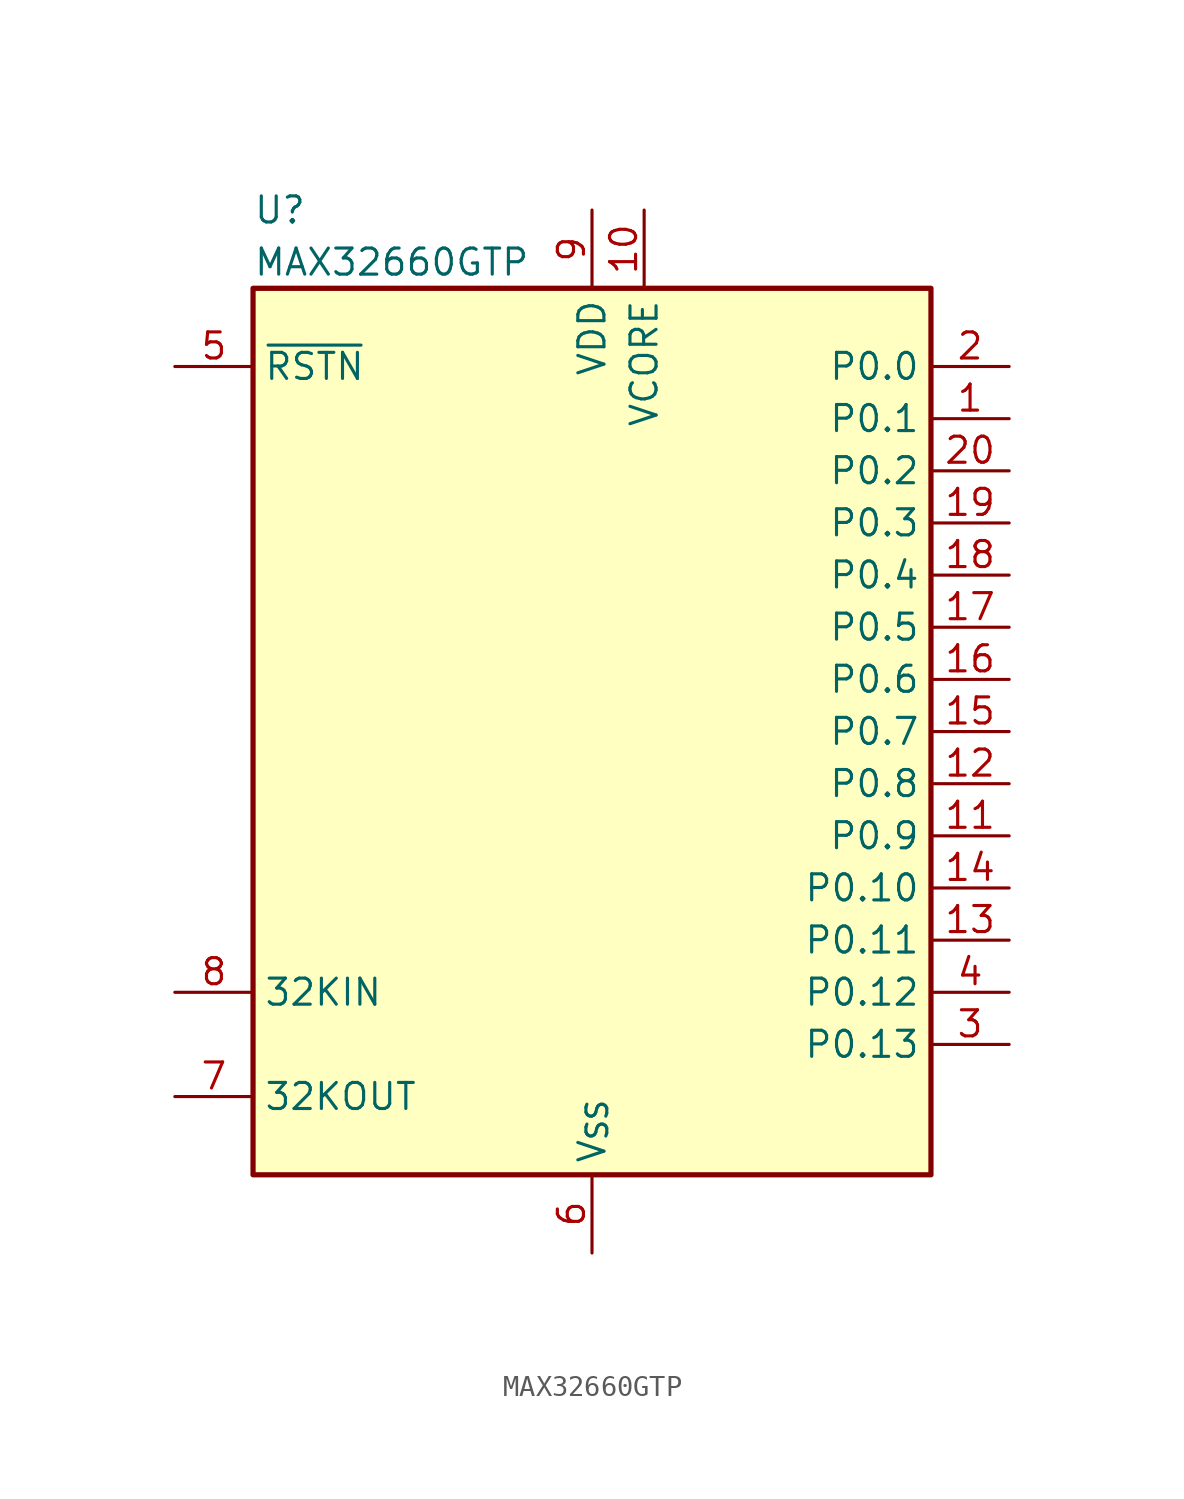
<source format=kicad_sym>
(kicad_symbol_lib
  (version 20241209)
  (generator "kicad_symbol_editor")
  (generator_version "9.0")
  (symbol "MAX32660GTP"
    (property "Reference" "U"
      (at -16.51 25.4 0)
      (effects (font (size 1.27 1.27)) (justify left)))
    (property "Value" "MAX32660GTP"
      (at -16.51 22.86 0)
      (effects (font (size 1.27 1.27)) (justify left)))
    (symbol "MAX32660GTP_0_1"
      (rectangle (start -16.51 21.59) (end 16.51 -21.59) (stroke (width 0.254) (type default)) (fill (type background))))
    (symbol "MAX32660GTP_1_1"
      (pin input line (at -20.32 17.78 0) (length 3.81) (name "~{RSTN}" (effects (font (size 1.27 1.27)))) (number "5" (effects (font (size 1.27 1.27)))))
      (pin input line (at -20.32 -12.7 0) (length 3.81) (name "32KIN" (effects (font (size 1.27 1.27)))) (number "8" (effects (font (size 1.27 1.27)))))
      (pin output line (at -20.32 -17.78 0) (length 3.81) (name "32KOUT" (effects (font (size 1.27 1.27)))) (number "7" (effects (font (size 1.27 1.27)))))
      (pin power_in line (at 0 25.4 270) (length 3.81) (name "VDD" (effects (font (size 1.27 1.27)))) (number "9" (effects (font (size 1.27 1.27)))))
      (pin passive line (at 0 -25.4 90) (length 3.81) (hide yes) (name "V_{SS}" (effects (font (size 1.27 1.27)))) (number "21" (effects (font (size 1.27 1.27)))))
      (pin power_in line (at 0 -25.4 90) (length 3.81) (name "V_{SS}" (effects (font (size 1.27 1.27)))) (number "6" (effects (font (size 1.27 1.27)))))
      (pin passive line (at 2.54 25.4 270) (length 3.81) (name "VCORE" (effects (font (size 1.27 1.27)))) (number "10" (effects (font (size 1.27 1.27)))))
      (pin bidirectional line (at 20.32 17.78 180) (length 3.81) (name "P0.0" (effects (font (size 1.27 1.27)))) (number "2" (effects (font (size 1.27 1.27)))))
      (pin bidirectional line (at 20.32 15.24 180) (length 3.81) (name "P0.1" (effects (font (size 1.27 1.27)))) (number "1" (effects (font (size 1.27 1.27)))))
      (pin bidirectional line (at 20.32 12.7 180) (length 3.81) (name "P0.2" (effects (font (size 1.27 1.27)))) (number "20" (effects (font (size 1.27 1.27)))))
      (pin bidirectional line (at 20.32 10.16 180) (length 3.81) (name "P0.3" (effects (font (size 1.27 1.27)))) (number "19" (effects (font (size 1.27 1.27)))))
      (pin bidirectional line (at 20.32 7.62 180) (length 3.81) (name "P0.4" (effects (font (size 1.27 1.27)))) (number "18" (effects (font (size 1.27 1.27)))))
      (pin bidirectional line (at 20.32 5.08 180) (length 3.81) (name "P0.5" (effects (font (size 1.27 1.27)))) (number "17" (effects (font (size 1.27 1.27)))))
      (pin bidirectional line (at 20.32 2.54 180) (length 3.81) (name "P0.6" (effects (font (size 1.27 1.27)))) (number "16" (effects (font (size 1.27 1.27)))))
      (pin bidirectional line (at 20.32 0 180) (length 3.81) (name "P0.7" (effects (font (size 1.27 1.27)))) (number "15" (effects (font (size 1.27 1.27)))))
      (pin bidirectional line (at 20.32 -2.54 180) (length 3.81) (name "P0.8" (effects (font (size 1.27 1.27)))) (number "12" (effects (font (size 1.27 1.27)))))
      (pin bidirectional line (at 20.32 -5.08 180) (length 3.81) (name "P0.9" (effects (font (size 1.27 1.27)))) (number "11" (effects (font (size 1.27 1.27)))))
      (pin bidirectional line (at 20.32 -7.62 180) (length 3.81) (name "P0.10" (effects (font (size 1.27 1.27)))) (number "14" (effects (font (size 1.27 1.27)))))
      (pin bidirectional line (at 20.32 -10.16 180) (length 3.81) (name "P0.11" (effects (font (size 1.27 1.27)))) (number "13" (effects (font (size 1.27 1.27)))))
      (pin bidirectional line (at 20.32 -12.7 180) (length 3.81) (name "P0.12" (effects (font (size 1.27 1.27)))) (number "4" (effects (font (size 1.27 1.27)))))
      (pin bidirectional line (at 20.32 -15.24 180) (length 3.81) (name "P0.13" (effects (font (size 1.27 1.27)))) (number "3" (effects (font (size 1.27 1.27))))))))
</source>
